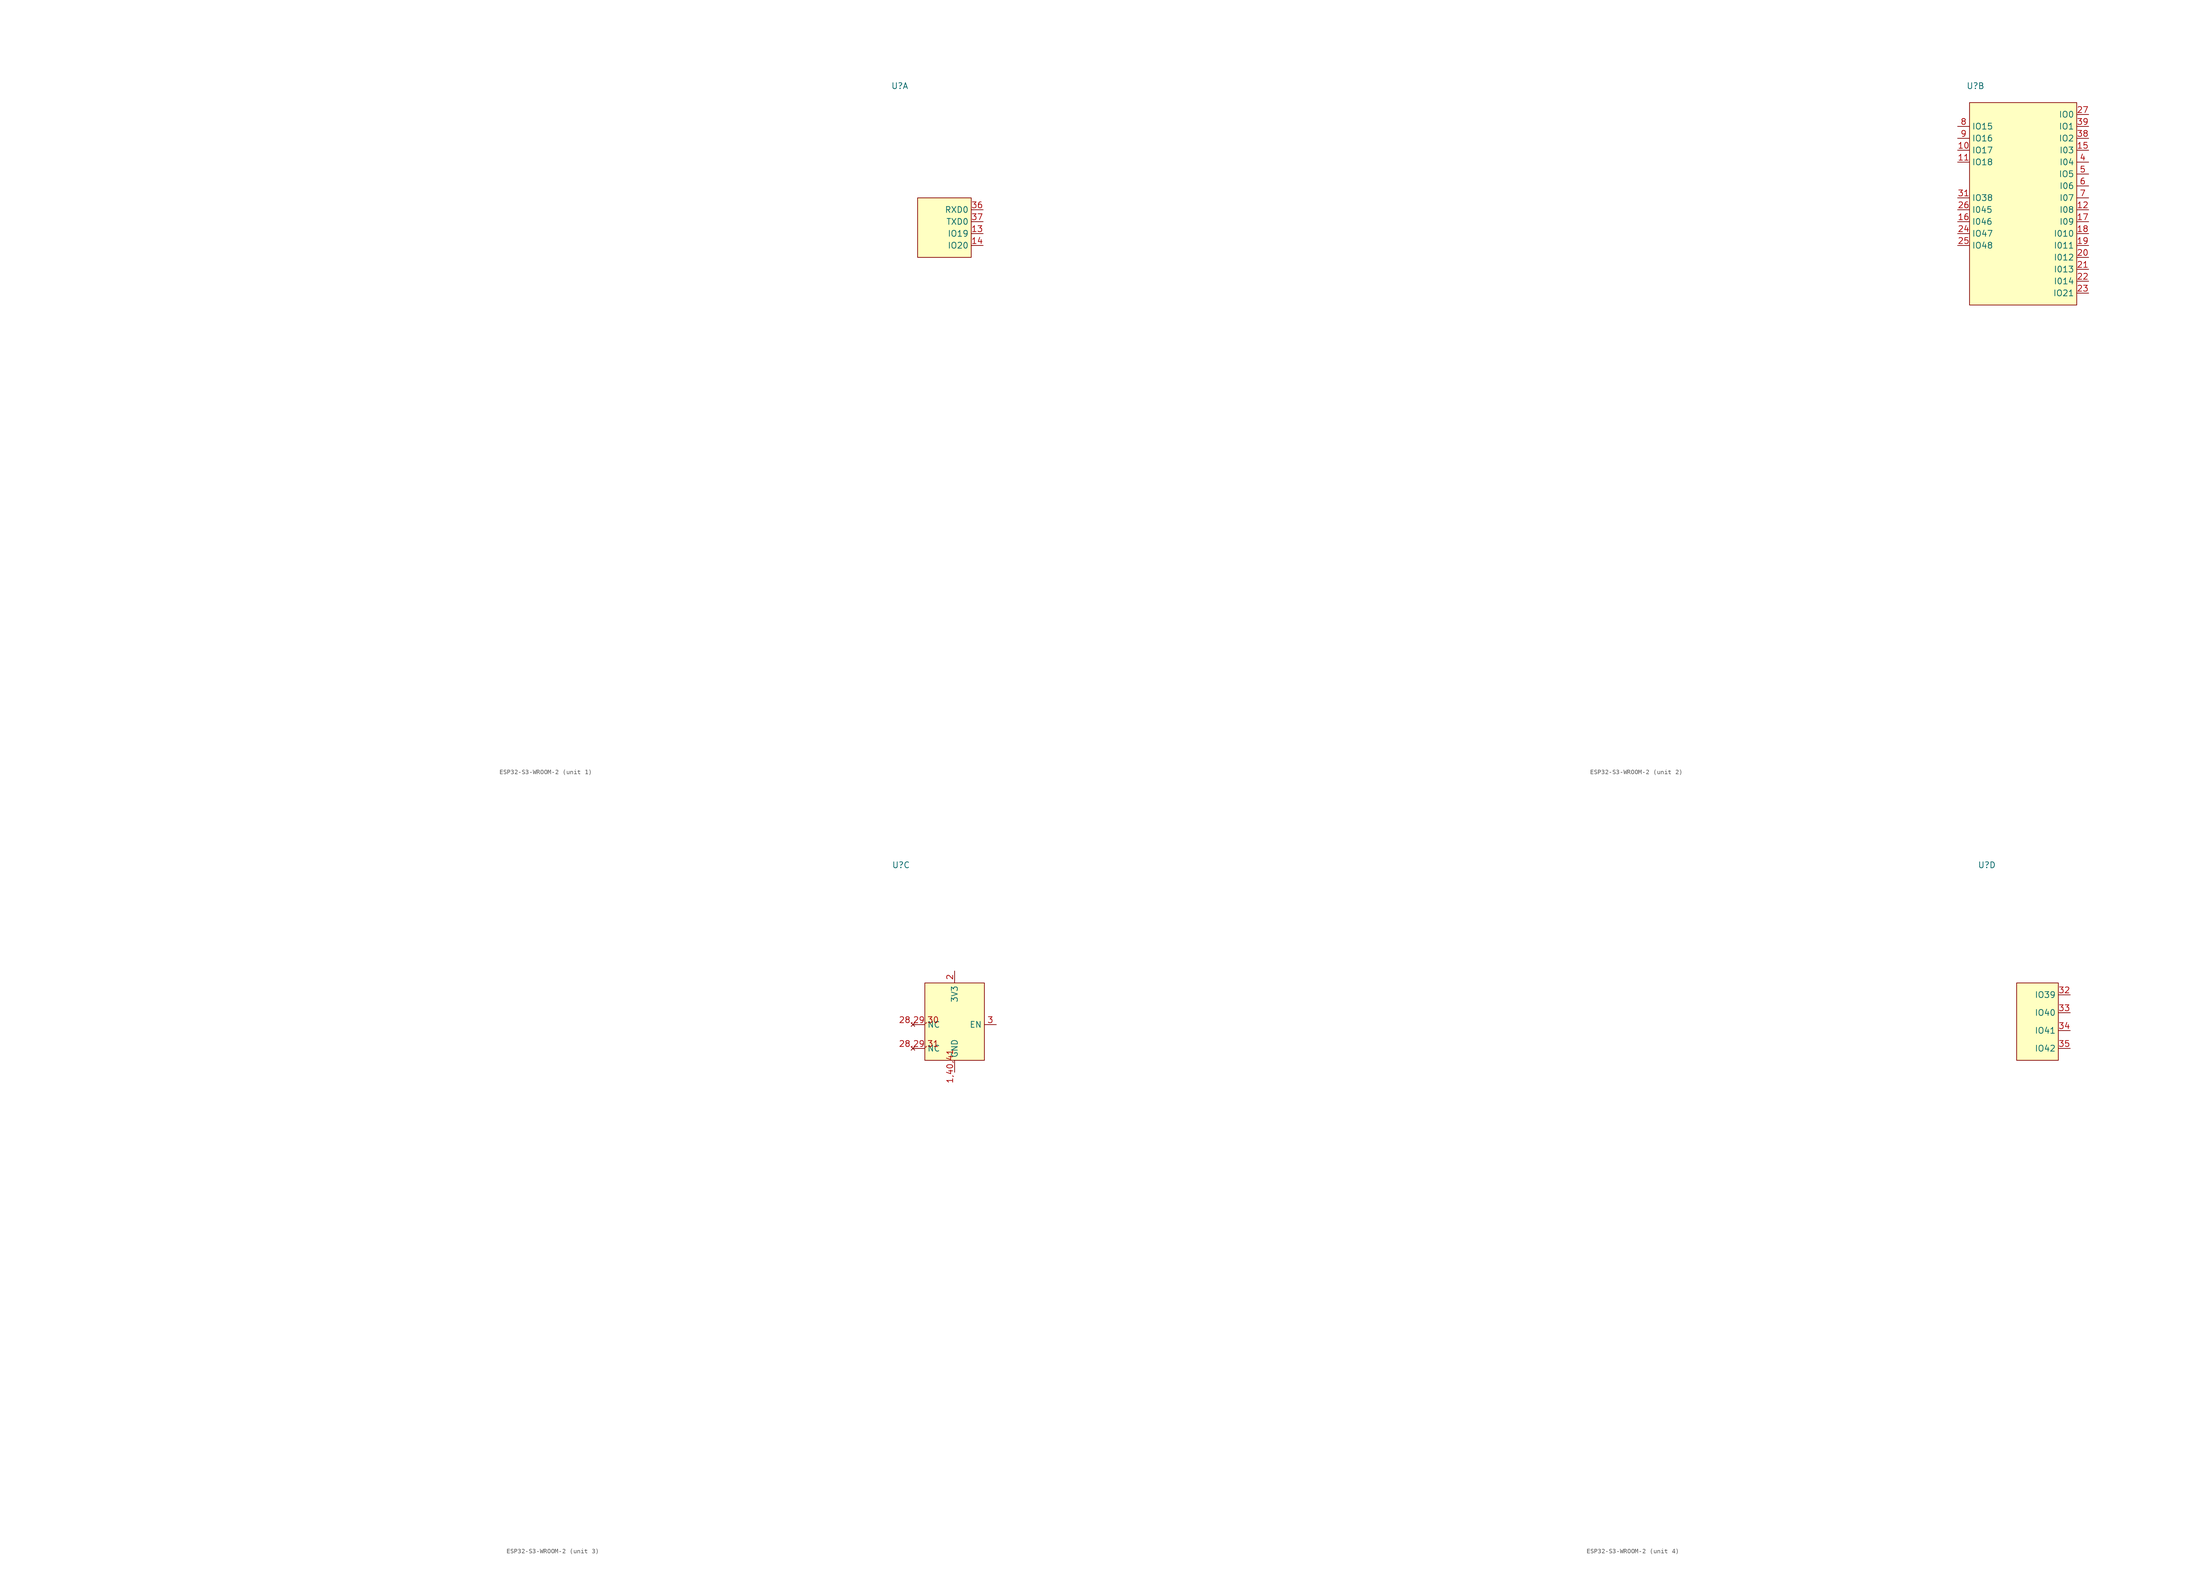
<source format=kicad_sym>
(kicad_symbol_lib
  (version 20241209)
  (generator "kicad_symbol_editor")
  (generator_version "9.0")
  (symbol "ESP32-S3-WROOM-2"
    (property "Reference" "U"
      (at -11.43 32.766 0)
      (effects (font (size 1.27 1.27))))
    (property "Value" ""
      (at -180.34 -99.06 0)
      (effects (font (size 1.27 1.27))))
    (property "ki_locked" ""
      (at 0 0 0)
      (effects (font (size 1.27 1.27))))
    (symbol "ESP32-S3-WROOM-2_1_1"
      (rectangle (start -7.62 8.89) (end 3.81 -3.81) (stroke (width 0) (type solid)) (fill (type background)))
      (pin input line (at 6.35 6.35 180) (length 2.54) (name "RXD0" (effects (font (size 1.27 1.27)))) (number "36" (effects (font (size 1.27 1.27)))) (alternate "CLK_OUT2" output line) (alternate "GPI044" bidirectional line))
      (pin output line (at 6.35 3.81 180) (length 2.54) (name "TXD0" (effects (font (size 1.27 1.27)))) (number "37" (effects (font (size 1.27 1.27)))) (alternate "CLK_OUT1" output line) (alternate "GPIO43" bidirectional line))
      (pin bidirectional line (at 6.35 1.27 180) (length 2.54) (name "IO19" (effects (font (size 1.27 1.27)))) (number "13" (effects (font (size 1.27 1.27)))) (alternate "USB_D-" bidirectional line))
      (pin bidirectional line (at 6.35 -1.27 180) (length 2.54) (name "IO20" (effects (font (size 1.27 1.27)))) (number "14" (effects (font (size 1.27 1.27)))) (alternate "USB_D+" bidirectional line)))
    (symbol "ESP32-S3-WROOM-2_2_1"
      (rectangle (start -12.7 29.21) (end 10.16 -13.97) (stroke (width 0) (type solid)) (fill (type background)))
      (pin bidirectional line (at -15.24 24.13 0) (length 2.54) (name "IO15" (effects (font (size 1.27 1.27)))) (number "8" (effects (font (size 1.27 1.27)))) (alternate "ADC2_CH4" input line) (alternate "RTC_GPIO15" bidirectional line) (alternate "U0RTS" bidirectional line) (alternate "XTAL_32K_P" input line))
      (pin bidirectional line (at -15.24 21.59 0) (length 2.54) (name "IO16" (effects (font (size 1.27 1.27)))) (number "9" (effects (font (size 1.27 1.27)))) (alternate "ADC2_CH5" input line) (alternate "RTC_GPIO16" bidirectional line) (alternate "U0CTS" bidirectional line) (alternate "XTAL_32K_N" input line))
      (pin bidirectional line (at -15.24 19.05 0) (length 2.54) (name "IO17" (effects (font (size 1.27 1.27)))) (number "10" (effects (font (size 1.27 1.27)))) (alternate "ADC2_CH6" input line) (alternate "RTC_GPIO17" bidirectional line) (alternate "U1TXD" output line))
      (pin bidirectional line (at -15.24 16.51 0) (length 2.54) (name "IO18" (effects (font (size 1.27 1.27)))) (number "11" (effects (font (size 1.27 1.27)))) (alternate "ADC2_CH7" input line) (alternate "CLK_OUT3" output line) (alternate "RTC_GPIO18" bidirectional line) (alternate "U1RXD" input line))
      (pin bidirectional line (at -15.24 8.89 0) (length 2.54) (name "IO38" (effects (font (size 1.27 1.27)))) (number "31" (effects (font (size 1.27 1.27)))) (alternate "FSPIWP" bidirectional line) (alternate "SUBSPIWP" bidirectional line))
      (pin bidirectional line (at -15.24 6.35 0) (length 2.54) (name "I045" (effects (font (size 1.27 1.27)))) (number "26" (effects (font (size 1.27 1.27)))))
      (pin bidirectional line (at -15.24 3.81 0) (length 2.54) (name "I046" (effects (font (size 1.27 1.27)))) (number "16" (effects (font (size 1.27 1.27)))))
      (pin bidirectional line (at -15.24 1.27 0) (length 2.54) (name "IO47" (effects (font (size 1.27 1.27)))) (number "24" (effects (font (size 1.27 1.27)))) (alternate "SPICLK_P_DIFF" output line) (alternate "SUBSPICLK_P_DIFF" output line))
      (pin bidirectional line (at -15.24 -1.27 0) (length 2.54) (name "IO48" (effects (font (size 1.27 1.27)))) (number "25" (effects (font (size 1.27 1.27)))) (alternate "SPICLK_N_DIFF" output line) (alternate "SUBSPICLK_N_DIFF" output line))
      (pin bidirectional line (at 12.7 26.67 180) (length 2.54) (name "IO0" (effects (font (size 1.27 1.27)))) (number "27" (effects (font (size 1.27 1.27)))) (alternate "RTC_GPIO0" bidirectional line))
      (pin bidirectional line (at 12.7 24.13 180) (length 2.54) (name "IO1" (effects (font (size 1.27 1.27)))) (number "39" (effects (font (size 1.27 1.27)))) (alternate "ADC1_CH0" input line) (alternate "RTC_GPIO1" bidirectional line) (alternate "TOUCH1" input line))
      (pin bidirectional line (at 12.7 21.59 180) (length 2.54) (name "IO2" (effects (font (size 1.27 1.27)))) (number "38" (effects (font (size 1.27 1.27)))) (alternate "ADC1_CH1" input line) (alternate "RTC_GPIO2" bidirectional line) (alternate "TOUCH2" input line))
      (pin bidirectional line (at 12.7 19.05 180) (length 2.54) (name "I03" (effects (font (size 1.27 1.27)))) (number "15" (effects (font (size 1.27 1.27)))) (alternate "ADC1_CH2" input line) (alternate "RTC_GPIO3" bidirectional line) (alternate "TOUCH3" bidirectional line))
      (pin bidirectional line (at 12.7 16.51 180) (length 2.54) (name "I04" (effects (font (size 1.27 1.27)))) (number "4" (effects (font (size 1.27 1.27)))) (alternate "ADC1_CH3" input line) (alternate "RTC_GPIO4" bidirectional line) (alternate "TOUCH4" bidirectional line))
      (pin bidirectional line (at 12.7 13.97 180) (length 2.54) (name "IO5" (effects (font (size 1.27 1.27)))) (number "5" (effects (font (size 1.27 1.27)))) (alternate "ADC1_CH4" input line) (alternate "RTC_GPIO5" bidirectional line) (alternate "TOUCH5" bidirectional line))
      (pin bidirectional line (at 12.7 11.43 180) (length 2.54) (name "I06" (effects (font (size 1.27 1.27)))) (number "6" (effects (font (size 1.27 1.27)))) (alternate "ADC1_CH5" input line) (alternate "RTC_GPIO6" bidirectional line) (alternate "TOUCH6" bidirectional line))
      (pin bidirectional line (at 12.7 8.89 180) (length 2.54) (name "I07" (effects (font (size 1.27 1.27)))) (number "7" (effects (font (size 1.27 1.27)))) (alternate "ADC1_CH6" input line) (alternate "RTC_GPIO7" bidirectional line) (alternate "TOUCH7" bidirectional line))
      (pin bidirectional line (at 12.7 6.35 180) (length 2.54) (name "I08" (effects (font (size 1.27 1.27)))) (number "12" (effects (font (size 1.27 1.27)))) (alternate "ADC1_CH7" input line) (alternate "RTC_GPIO8" bidirectional line) (alternate "SUBSPICS1" output line) (alternate "TOUCH8" bidirectional line))
      (pin bidirectional line (at 12.7 3.81 180) (length 2.54) (name "I09" (effects (font (size 1.27 1.27)))) (number "17" (effects (font (size 1.27 1.27)))) (alternate "ADC1_CH8" input line) (alternate "FSPIHD" bidirectional line) (alternate "RTC_GPIO9" bidirectional line) (alternate "SUBSPICS1" output line) (alternate "SUBSPIHD" bidirectional line) (alternate "TOUCH9" bidirectional line))
      (pin bidirectional line (at 12.7 1.27 180) (length 2.54) (name "I010" (effects (font (size 1.27 1.27)))) (number "18" (effects (font (size 1.27 1.27)))) (alternate "ADC1_CH9" input line) (alternate "FSPICS0" bidirectional line) (alternate "FSPII04" bidirectional line) (alternate "RTC_GPIO10" bidirectional line) (alternate "SUBSPICS0" output line) (alternate "TOUCH10" bidirectional line))
      (pin bidirectional line (at 12.7 -1.27 180) (length 2.54) (name "I011" (effects (font (size 1.27 1.27)))) (number "19" (effects (font (size 1.27 1.27)))) (alternate "ADC2_CH0" input line) (alternate "FSPID" bidirectional line) (alternate "FSPII05" output line) (alternate "RTC_GPIO11" bidirectional line) (alternate "SUBSPID" bidirectional line) (alternate "TOUCH11" bidirectional line))
      (pin bidirectional line (at 12.7 -3.81 180) (length 2.54) (name "I012" (effects (font (size 1.27 1.27)))) (number "20" (effects (font (size 1.27 1.27)))) (alternate "ADC2_CH1" input line) (alternate "FSPICLK" bidirectional line) (alternate "FSPII06" output line) (alternate "RTC_GPIO12" bidirectional line) (alternate "SUBSPICLK" bidirectional line) (alternate "TOUCH12" bidirectional line))
      (pin bidirectional line (at 12.7 -6.35 180) (length 2.54) (name "I013" (effects (font (size 1.27 1.27)))) (number "21" (effects (font (size 1.27 1.27)))) (alternate "ADC2_CH2" input line) (alternate "FSPII07" output line) (alternate "FSPIQ" bidirectional line) (alternate "RTC_GPIO13" bidirectional line) (alternate "SUBSPIQ" bidirectional line) (alternate "TOUCH13" bidirectional line))
      (pin bidirectional line (at 12.7 -8.89 180) (length 2.54) (name "I014" (effects (font (size 1.27 1.27)))) (number "22" (effects (font (size 1.27 1.27)))) (alternate "ADC2_CH3" input line) (alternate "FSPIDQS" output line) (alternate "FSPIWP" bidirectional line) (alternate "RTC_GPIO14" bidirectional line) (alternate "SUBSPIWP" bidirectional line) (alternate "TOUCH14" bidirectional line))
      (pin bidirectional line (at 12.7 -11.43 180) (length 2.54) (name "IO21" (effects (font (size 1.27 1.27)))) (number "23" (effects (font (size 1.27 1.27)))) (alternate "RTC_GPIO21" bidirectional line)))
    (symbol "ESP32-S3-WROOM-2_3_1"
      (rectangle (start -6.35 7.62) (end 6.35 -8.89) (stroke (width 0) (type solid)) (fill (type background)))
      (pin no_connect line (at -8.89 -1.27 0) (length 2.54) (name "NC" (effects (font (size 1.27 1.27)))) (number "28,29,30" (effects (font (size 1.27 1.27)))))
      (pin no_connect line (at -8.89 -6.35 0) (length 2.54) (name "NC" (effects (font (size 1.27 1.27)))) (number "28,29,31" (effects (font (size 1.27 1.27)))))
      (pin power_in line (at 0 10.16 270) (length 2.54) (name "3V3" (effects (font (size 1.27 1.27)))) (number "2" (effects (font (size 1.27 1.27)))))
      (pin power_out line (at 0 -11.43 90) (length 2.54) (name "GND" (effects (font (size 1.27 1.27)))) (number "1,40,41" (effects (font (size 1.27 1.27)))))
      (pin input line (at 8.89 -1.27 180) (length 2.54) (name "EN" (effects (font (size 1.27 1.27)))) (number "3" (effects (font (size 1.27 1.27))))))
    (symbol "ESP32-S3-WROOM-2_4_1"
      (rectangle (start -5.08 7.62) (end 3.81 -8.89) (stroke (width 0) (type solid)) (fill (type background)))
      (pin bidirectional line (at 6.35 5.08 180) (length 2.54) (name "IO39" (effects (font (size 1.27 1.27)))) (number "32" (effects (font (size 1.27 1.27)))) (alternate "CKL_OUT3" output line) (alternate "MTCK" input line) (alternate "SUBSPICS1" output line))
      (pin bidirectional line (at 6.35 1.27 180) (length 2.54) (name "IO40" (effects (font (size 1.27 1.27)))) (number "33" (effects (font (size 1.27 1.27)))) (alternate "CLK_OUT2" output line) (alternate "MTD0" output line))
      (pin bidirectional line (at 6.35 -2.54 180) (length 2.54) (name "IO41" (effects (font (size 1.27 1.27)))) (number "34" (effects (font (size 1.27 1.27)))) (alternate "CLK_OUT1" output line) (alternate "MTDI" input line))
      (pin bidirectional line (at 6.35 -6.35 180) (length 2.54) (name "IO42" (effects (font (size 1.27 1.27)))) (number "35" (effects (font (size 1.27 1.27)))) (alternate "MTMS" input line)))))
</source>
